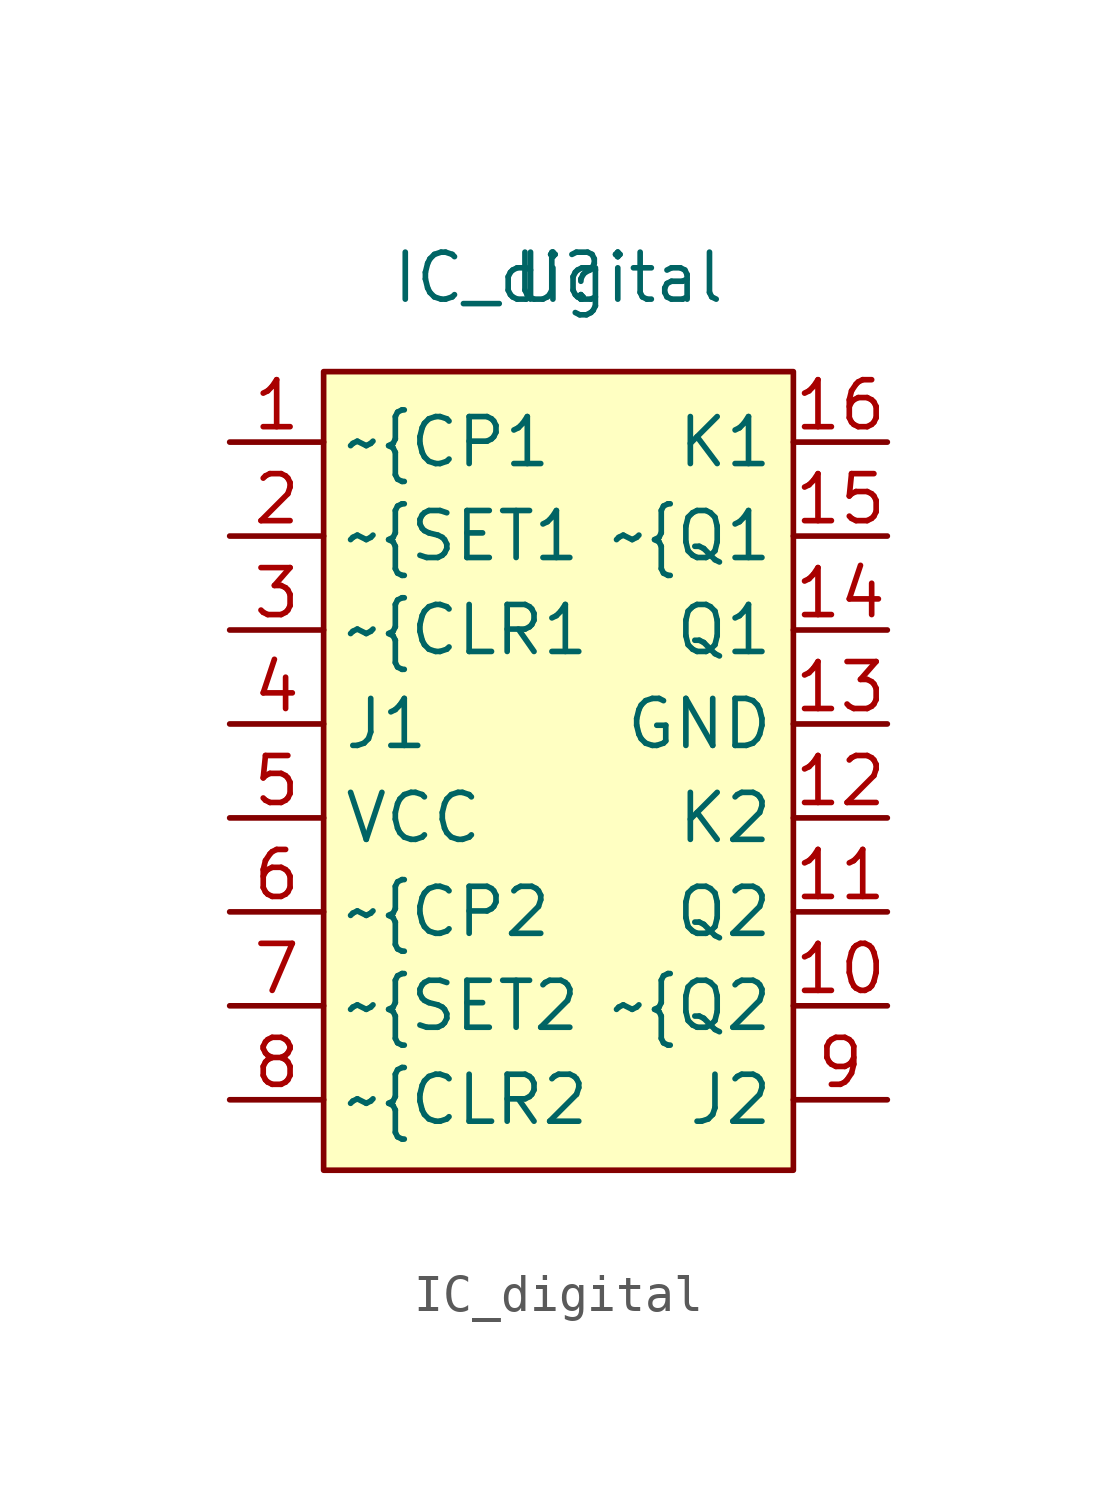
<source format=kicad_sym>
(kicad_symbol_lib
  (version 20220914)
  (generator kicad_symbol_editor)
  (symbol "IC_digital"
    (property "Reference" "U"
      (at 0 2.54 0)
      (effects (font (size 1.27 1.27))))
    (property "Value" "IC_digital"
      (at 0 2.54 0)
      (effects (font (size 1.27 1.27))))
    (symbol "IC_digital_0_1"
      (rectangle (start -6.35 0) (end 6.35 -21.59) (stroke (width 0) (type default)) (fill (type background))))
    (symbol "IC_digital_1_1"
      (pin input line (at -8.89 -1.905 0) (length 2.54) (name "~{CP1" (effects (font (size 1.27 1.27)))) (number "1" (effects (font (size 1.27 1.27)))))
      (pin input line (at 8.89 -17.145 180) (length 2.54) (name "~{Q2" (effects (font (size 1.27 1.27)))) (number "10" (effects (font (size 1.27 1.27)))))
      (pin input line (at 8.89 -14.605 180) (length 2.54) (name "Q2" (effects (font (size 1.27 1.27)))) (number "11" (effects (font (size 1.27 1.27)))))
      (pin input line (at 8.89 -12.065 180) (length 2.54) (name "K2" (effects (font (size 1.27 1.27)))) (number "12" (effects (font (size 1.27 1.27)))))
      (pin input line (at 8.89 -9.525 180) (length 2.54) (name "GND" (effects (font (size 1.27 1.27)))) (number "13" (effects (font (size 1.27 1.27)))))
      (pin input line (at 8.89 -6.985 180) (length 2.54) (name "Q1" (effects (font (size 1.27 1.27)))) (number "14" (effects (font (size 1.27 1.27)))))
      (pin input line (at 8.89 -4.445 180) (length 2.54) (name "~{Q1" (effects (font (size 1.27 1.27)))) (number "15" (effects (font (size 1.27 1.27)))))
      (pin input line (at 8.89 -1.905 180) (length 2.54) (name "K1" (effects (font (size 1.27 1.27)))) (number "16" (effects (font (size 1.27 1.27)))))
      (pin input line (at -8.89 -4.445 0) (length 2.54) (name "~{SET1" (effects (font (size 1.27 1.27)))) (number "2" (effects (font (size 1.27 1.27)))))
      (pin input line (at -8.89 -6.985 0) (length 2.54) (name "~{CLR1" (effects (font (size 1.27 1.27)))) (number "3" (effects (font (size 1.27 1.27)))))
      (pin input line (at -8.89 -9.525 0) (length 2.54) (name "J1" (effects (font (size 1.27 1.27)))) (number "4" (effects (font (size 1.27 1.27)))))
      (pin input line (at -8.89 -12.065 0) (length 2.54) (name "VCC" (effects (font (size 1.27 1.27)))) (number "5" (effects (font (size 1.27 1.27)))))
      (pin input line (at -8.89 -14.605 0) (length 2.54) (name "~{CP2" (effects (font (size 1.27 1.27)))) (number "6" (effects (font (size 1.27 1.27)))))
      (pin input line (at -8.89 -17.145 0) (length 2.54) (name "~{SET2" (effects (font (size 1.27 1.27)))) (number "7" (effects (font (size 1.27 1.27)))))
      (pin input line (at -8.89 -19.685 0) (length 2.54) (name "~{CLR2" (effects (font (size 1.27 1.27)))) (number "8" (effects (font (size 1.27 1.27)))))
      (pin input line (at 8.89 -19.685 180) (length 2.54) (name "J2" (effects (font (size 1.27 1.27)))) (number "9" (effects (font (size 1.27 1.27))))))))
</source>
